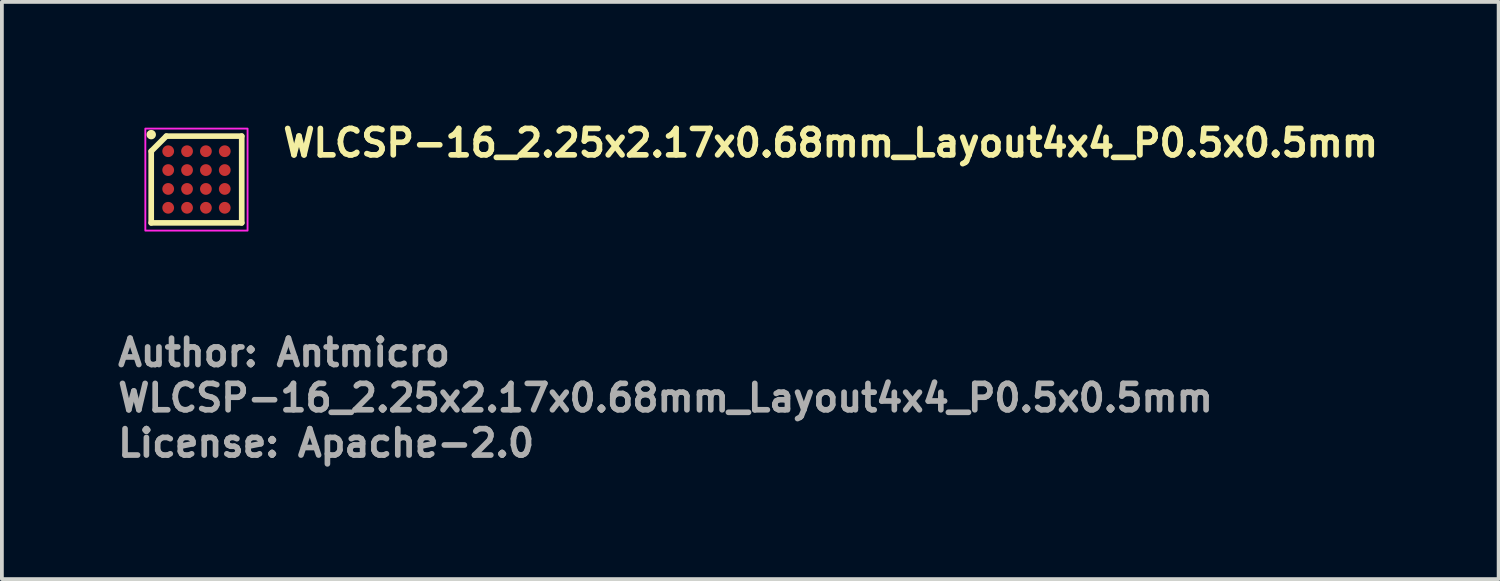
<source format=kicad_pcb>
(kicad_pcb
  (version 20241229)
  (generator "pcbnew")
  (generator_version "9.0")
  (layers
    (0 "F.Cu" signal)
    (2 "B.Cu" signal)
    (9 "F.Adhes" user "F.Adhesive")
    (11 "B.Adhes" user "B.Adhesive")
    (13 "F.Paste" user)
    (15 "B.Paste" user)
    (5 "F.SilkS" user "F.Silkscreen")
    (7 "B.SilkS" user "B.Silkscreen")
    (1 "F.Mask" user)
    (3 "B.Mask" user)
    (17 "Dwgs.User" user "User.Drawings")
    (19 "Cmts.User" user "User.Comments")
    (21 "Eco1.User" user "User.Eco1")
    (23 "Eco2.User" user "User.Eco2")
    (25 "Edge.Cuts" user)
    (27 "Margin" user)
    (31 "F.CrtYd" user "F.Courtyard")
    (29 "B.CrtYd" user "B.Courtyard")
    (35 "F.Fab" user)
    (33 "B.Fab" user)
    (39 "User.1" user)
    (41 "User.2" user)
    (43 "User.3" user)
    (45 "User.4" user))
  (footprint "WLCSP-16_2.25x2.17x0.68mm_Layout4x4_P0.5x0.5mm"
    (layer "F.Cu")
    (at 2.16 1.71)
    (property "Reference" "WLCSP-16_2.25x2.17x0.68mm_Layout4x4_P0.5x0.5mm" (at 2.22 -0.56 0) (layer "F.SilkS") (effects (font (size 0.7 0.7) (thickness 0.15)) (justify left bottom)))
    (attr smd)
    (fp_line (start -1.2 -0.75) (end -0.8 -1.15) (stroke (width 0.15) (type solid)) (layer "F.SilkS"))
    (fp_line (start -1.2 1.15) (end -1.2 -0.75) (stroke (width 0.15) (type solid)) (layer "F.SilkS"))
    (fp_line (start -0.8 -1.15) (end 1.2 -1.15) (stroke (width 0.15) (type solid)) (layer "F.SilkS"))
    (fp_line (start 1.2 -1.15) (end 1.2 1.15) (stroke (width 0.15) (type solid)) (layer "F.SilkS"))
    (fp_line (start 1.2 1.15) (end -1.2 1.15) (stroke (width 0.15) (type solid)) (layer "F.SilkS"))
    (fp_circle (center -1.2 -1.19) (end -1.15 -1.19) (stroke (width 0.15) (type solid)) (fill yes) (layer "F.SilkS"))
    (fp_rect (start -1.356 -1.35) (end 1.355 1.355) (stroke (width 0.05) (type solid)) (fill no) (layer "F.CrtYd"))
    (fp_rect (start -1.125 -1.085) (end 1.125 1.085) (stroke (width 0.1) (type solid)) (fill no) (layer "User.5"))
    (fp_line (start -1.125 -1.085) (end 1.125 -1.085) (stroke (width 0.02) (type solid)) (layer "User.9"))
    (fp_line (start -1.125 1.085) (end -1.125 -1.085) (stroke (width 0.02) (type solid)) (layer "User.9"))
    (fp_line (start -1.125 1.085) (end 1.125 1.085) (stroke (width 0.02) (type solid)) (layer "User.9"))
    (fp_line (start -0.989 -0.828) (end -0.989 -0.821) (stroke (width 0.02) (type solid)) (layer "User.9"))
    (fp_line (start -0.989 -0.821) (end -0.989 -0.814) (stroke (width 0.02) (type solid)) (layer "User.9"))
    (fp_line (start -0.989 -0.814) (end -0.989 -0.807) (stroke (width 0.02) (type solid)) (layer "User.9"))
    (fp_line (start -0.989 -0.807) (end -0.989 -0.8) (stroke (width 0.02) (type solid)) (layer "User.9"))
    (fp_line (start -0.989 -0.8) (end -0.988 -0.793) (stroke (width 0.02) (type solid)) (layer "User.9"))
    (fp_line (start -0.988 -0.834) (end -0.989 -0.828) (stroke (width 0.02) (type solid)) (layer "User.9"))
    (fp_line (start -0.988 -0.793) (end -0.987 -0.786) (stroke (width 0.02) (type solid)) (layer "User.9"))
    (fp_line (start -0.987 -0.841) (end -0.988 -0.834) (stroke (width 0.02) (type solid)) (layer "User.9"))
    (fp_line (start -0.987 -0.786) (end -0.985 -0.78) (stroke (width 0.02) (type solid)) (layer "User.9"))
    (fp_line (start -0.985 -0.848) (end -0.987 -0.841) (stroke (width 0.02) (type solid)) (layer "User.9"))
    (fp_line (start -0.985 -0.78) (end -0.983 -0.773) (stroke (width 0.02) (type solid)) (layer "User.9"))
    (fp_line (start -0.983 -0.854) (end -0.985 -0.848) (stroke (width 0.02) (type solid)) (layer "User.9"))
    (fp_line (start -0.983 -0.773) (end -0.981 -0.767) (stroke (width 0.02) (type solid)) (layer "User.9"))
    (fp_line (start -0.981 -0.86) (end -0.983 -0.854) (stroke (width 0.02) (type solid)) (layer "User.9"))
    (fp_line (start -0.981 -0.767) (end -0.979 -0.761) (stroke (width 0.02) (type solid)) (layer "User.9"))
    (fp_line (start -0.979 -0.867) (end -0.981 -0.86) (stroke (width 0.02) (type solid)) (layer "User.9"))
    (fp_line (start -0.979 -0.761) (end -0.976 -0.755) (stroke (width 0.02) (type solid)) (layer "User.9"))
    (fp_line (start -0.976 -0.873) (end -0.979 -0.867) (stroke (width 0.02) (type solid)) (layer "User.9"))
    (fp_line (start -0.976 -0.755) (end -0.973 -0.749) (stroke (width 0.02) (type solid)) (layer "User.9"))
    (fp_line (start -0.973 -0.878) (end -0.976 -0.873) (stroke (width 0.02) (type solid)) (layer "User.9"))
    (fp_line (start -0.973 -0.749) (end -0.97 -0.743) (stroke (width 0.02) (type solid)) (layer "User.9"))
    (fp_line (start -0.97 -0.884) (end -0.973 -0.878) (stroke (width 0.02) (type solid)) (layer "User.9"))
    (fp_line (start -0.97 -0.743) (end -0.966 -0.738) (stroke (width 0.02) (type solid)) (layer "User.9"))
    (fp_line (start -0.966 -0.89) (end -0.97 -0.884) (stroke (width 0.02) (type solid)) (layer "User.9"))
    (fp_line (start -0.966 -0.738) (end -0.962 -0.733) (stroke (width 0.02) (type solid)) (layer "User.9"))
    (fp_line (start -0.962 -0.895) (end -0.966 -0.89) (stroke (width 0.02) (type solid)) (layer "User.9"))
    (fp_line (start -0.962 -0.733) (end -0.958 -0.727) (stroke (width 0.02) (type solid)) (layer "User.9"))
    (fp_line (start -0.958 -0.9) (end -0.962 -0.895) (stroke (width 0.02) (type solid)) (layer "User.9"))
    (fp_line (start -0.958 -0.727) (end -0.954 -0.723) (stroke (width 0.02) (type solid)) (layer "User.9"))
    (fp_line (start -0.954 -0.905) (end -0.958 -0.9) (stroke (width 0.02) (type solid)) (layer "User.9"))
    (fp_line (start -0.954 -0.723) (end -0.95 -0.718) (stroke (width 0.02) (type solid)) (layer "User.9"))
    (fp_line (start -0.95 -0.91) (end -0.954 -0.905) (stroke (width 0.02) (type solid)) (layer "User.9"))
    (fp_line (start -0.95 -0.718) (end -0.945 -0.713) (stroke (width 0.02) (type solid)) (layer "User.9"))
    (fp_line (start -0.945 -0.914) (end -0.95 -0.91) (stroke (width 0.02) (type solid)) (layer "User.9"))
    (fp_line (start -0.945 -0.713) (end -0.94 -0.709) (stroke (width 0.02) (type solid)) (layer "User.9"))
    (fp_line (start -0.94 -0.918) (end -0.945 -0.914) (stroke (width 0.02) (type solid)) (layer "User.9"))
    (fp_line (start -0.94 -0.709) (end -0.935 -0.705) (stroke (width 0.02) (type solid)) (layer "User.9"))
    (fp_line (start -0.935 -0.922) (end -0.94 -0.918) (stroke (width 0.02) (type solid)) (layer "User.9"))
    (fp_line (start -0.935 -0.705) (end -0.93 -0.701) (stroke (width 0.02) (type solid)) (layer "User.9"))
    (fp_line (start -0.93 -0.926) (end -0.935 -0.922) (stroke (width 0.02) (type solid)) (layer "User.9"))
    (fp_line (start -0.93 -0.701) (end -0.924 -0.698) (stroke (width 0.02) (type solid)) (layer "User.9"))
    (fp_line (start -0.924 -0.93) (end -0.93 -0.926) (stroke (width 0.02) (type solid)) (layer "User.9"))
    (fp_line (start -0.924 -0.698) (end -0.918 -0.694) (stroke (width 0.02) (type solid)) (layer "User.9"))
    (fp_line (start -0.918 -0.933) (end -0.924 -0.93) (stroke (width 0.02) (type solid)) (layer "User.9"))
    (fp_line (start -0.918 -0.694) (end -0.913 -0.691) (stroke (width 0.02) (type solid)) (layer "User.9"))
    (fp_line (start -0.913 -0.936) (end -0.918 -0.933) (stroke (width 0.02) (type solid)) (layer "User.9"))
    (fp_line (start -0.913 -0.691) (end -0.907 -0.689) (stroke (width 0.02) (type solid)) (layer "User.9"))
    (fp_line (start -0.907 -0.939) (end -0.913 -0.936) (stroke (width 0.02) (type solid)) (layer "User.9"))
    (fp_line (start -0.907 -0.689) (end -0.9 -0.686) (stroke (width 0.02) (type solid)) (layer "User.9"))
    (fp_line (start -0.9 -0.941) (end -0.907 -0.939) (stroke (width 0.02) (type solid)) (layer "User.9"))
    (fp_line (start -0.9 -0.686) (end -0.894 -0.684) (stroke (width 0.02) (type solid)) (layer "User.9"))
    (fp_line (start -0.894 -0.943) (end -0.9 -0.941) (stroke (width 0.02) (type solid)) (layer "User.9"))
    (fp_line (start -0.894 -0.684) (end -0.888 -0.682) (stroke (width 0.02) (type solid)) (layer "User.9"))
    (fp_line (start -0.888 -0.945) (end -0.894 -0.943) (stroke (width 0.02) (type solid)) (layer "User.9"))
    (fp_line (start -0.888 -0.682) (end -0.881 -0.681) (stroke (width 0.02) (type solid)) (layer "User.9"))
    (fp_line (start -0.881 -0.947) (end -0.888 -0.945) (stroke (width 0.02) (type solid)) (layer "User.9"))
    (fp_line (start -0.881 -0.681) (end -0.874 -0.68) (stroke (width 0.02) (type solid)) (layer "User.9"))
    (fp_line (start -0.874 -0.948) (end -0.881 -0.947) (stroke (width 0.02) (type solid)) (layer "User.9"))
    (fp_line (start -0.874 -0.68) (end -0.868 -0.679) (stroke (width 0.02) (type solid)) (layer "User.9"))
    (fp_line (start -0.868 -0.949) (end -0.874 -0.948) (stroke (width 0.02) (type solid)) (layer "User.9"))
    (fp_line (start -0.868 -0.679) (end -0.861 -0.678) (stroke (width 0.02) (type solid)) (layer "User.9"))
    (fp_line (start -0.861 -0.949) (end -0.868 -0.949) (stroke (width 0.02) (type solid)) (layer "User.9"))
    (fp_line (start -0.861 -0.678) (end -0.854 -0.678) (stroke (width 0.02) (type solid)) (layer "User.9"))
    (fp_line (start -0.854 -0.949) (end -0.861 -0.949) (stroke (width 0.02) (type solid)) (layer "User.9"))
    (fp_line (start -0.854 -0.678) (end -0.847 -0.678) (stroke (width 0.02) (type solid)) (layer "User.9"))
    (fp_line (start -0.847 -0.949) (end -0.854 -0.949) (stroke (width 0.02) (type solid)) (layer "User.9"))
    (fp_line (start -0.847 -0.678) (end -0.84 -0.679) (stroke (width 0.02) (type solid)) (layer "User.9"))
    (fp_line (start -0.84 -0.949) (end -0.847 -0.949) (stroke (width 0.02) (type solid)) (layer "User.9"))
    (fp_line (start -0.84 -0.679) (end -0.833 -0.68) (stroke (width 0.02) (type solid)) (layer "User.9"))
    (fp_line (start -0.833 -0.948) (end -0.84 -0.949) (stroke (width 0.02) (type solid)) (layer "User.9"))
    (fp_line (start -0.833 -0.68) (end -0.826 -0.681) (stroke (width 0.02) (type solid)) (layer "User.9"))
    (fp_line (start -0.826 -0.947) (end -0.833 -0.948) (stroke (width 0.02) (type solid)) (layer "User.9"))
    (fp_line (start -0.826 -0.681) (end -0.82 -0.682) (stroke (width 0.02) (type solid)) (layer "User.9"))
    (fp_line (start -0.82 -0.945) (end -0.826 -0.947) (stroke (width 0.02) (type solid)) (layer "User.9"))
    (fp_line (start -0.82 -0.682) (end -0.813 -0.684) (stroke (width 0.02) (type solid)) (layer "User.9"))
    (fp_line (start -0.813 -0.943) (end -0.82 -0.945) (stroke (width 0.02) (type solid)) (layer "User.9"))
    (fp_line (start -0.813 -0.684) (end -0.807 -0.686) (stroke (width 0.02) (type solid)) (layer "User.9"))
    (fp_line (start -0.807 -0.941) (end -0.813 -0.943) (stroke (width 0.02) (type solid)) (layer "User.9"))
    (fp_line (start -0.807 -0.686) (end -0.801 -0.689) (stroke (width 0.02) (type solid)) (layer "User.9"))
    (fp_line (start -0.801 -0.939) (end -0.807 -0.941) (stroke (width 0.02) (type solid)) (layer "User.9"))
    (fp_line (start -0.801 -0.689) (end -0.795 -0.691) (stroke (width 0.02) (type solid)) (layer "User.9"))
    (fp_line (start -0.795 -0.936) (end -0.801 -0.939) (stroke (width 0.02) (type solid)) (layer "User.9"))
    (fp_line (start -0.795 -0.691) (end -0.789 -0.694) (stroke (width 0.02) (type solid)) (layer "User.9"))
    (fp_line (start -0.789 -0.933) (end -0.795 -0.936) (stroke (width 0.02) (type solid)) (layer "User.9"))
    (fp_line (start -0.789 -0.694) (end -0.783 -0.698) (stroke (width 0.02) (type solid)) (layer "User.9"))
    (fp_line (start -0.783 -0.93) (end -0.789 -0.933) (stroke (width 0.02) (type solid)) (layer "User.9"))
    (fp_line (start -0.783 -0.698) (end -0.778 -0.701) (stroke (width 0.02) (type solid)) (layer "User.9"))
    (fp_line (start -0.778 -0.926) (end -0.783 -0.93) (stroke (width 0.02) (type solid)) (layer "User.9"))
    (fp_line (start -0.778 -0.701) (end -0.773 -0.705) (stroke (width 0.02) (type solid)) (layer "User.9"))
    (fp_line (start -0.773 -0.922) (end -0.778 -0.926) (stroke (width 0.02) (type solid)) (layer "User.9"))
    (fp_line (start -0.773 -0.705) (end -0.767 -0.709) (stroke (width 0.02) (type solid)) (layer "User.9"))
    (fp_line (start -0.767 -0.918) (end -0.773 -0.922) (stroke (width 0.02) (type solid)) (layer "User.9"))
    (fp_line (start -0.767 -0.709) (end -0.763 -0.713) (stroke (width 0.02) (type solid)) (layer "User.9"))
    (fp_line (start -0.763 -0.914) (end -0.767 -0.918) (stroke (width 0.02) (type solid)) (layer "User.9"))
    (fp_line (start -0.763 -0.713) (end -0.758 -0.718) (stroke (width 0.02) (type solid)) (layer "User.9"))
    (fp_line (start -0.758 -0.91) (end -0.763 -0.914) (stroke (width 0.02) (type solid)) (layer "User.9"))
    (fp_line (start -0.758 -0.718) (end -0.753 -0.723) (stroke (width 0.02) (type solid)) (layer "User.9"))
    (fp_line (start -0.753 -0.905) (end -0.758 -0.91) (stroke (width 0.02) (type solid)) (layer "User.9"))
    (fp_line (start -0.753 -0.723) (end -0.749 -0.727) (stroke (width 0.02) (type solid)) (layer "User.9"))
    (fp_line (start -0.749 -0.9) (end -0.753 -0.905) (stroke (width 0.02) (type solid)) (layer "User.9"))
    (fp_line (start -0.749 -0.727) (end -0.745 -0.733) (stroke (width 0.02) (type solid)) (layer "User.9"))
    (fp_line (start -0.745 -0.895) (end -0.749 -0.9) (stroke (width 0.02) (type solid)) (layer "User.9"))
    (fp_line (start -0.745 -0.733) (end -0.741 -0.738) (stroke (width 0.02) (type solid)) (layer "User.9"))
    (fp_line (start -0.741 -0.89) (end -0.745 -0.895) (stroke (width 0.02) (type solid)) (layer "User.9"))
    (fp_line (start -0.741 -0.738) (end -0.738 -0.743) (stroke (width 0.02) (type solid)) (layer "User.9"))
    (fp_line (start -0.738 -0.884) (end -0.741 -0.89) (stroke (width 0.02) (type solid)) (layer "User.9"))
    (fp_line (start -0.738 -0.743) (end -0.734 -0.749) (stroke (width 0.02) (type solid)) (layer "User.9"))
    (fp_line (start -0.734 -0.878) (end -0.738 -0.884) (stroke (width 0.02) (type solid)) (layer "User.9"))
    (fp_line (start -0.734 -0.749) (end -0.731 -0.755) (stroke (width 0.02) (type solid)) (layer "User.9"))
    (fp_line (start -0.731 -0.873) (end -0.734 -0.878) (stroke (width 0.02) (type solid)) (layer "User.9"))
    (fp_line (start -0.731 -0.755) (end -0.729 -0.761) (stroke (width 0.02) (type solid)) (layer "User.9"))
    (fp_line (start -0.729 -0.867) (end -0.731 -0.873) (stroke (width 0.02) (type solid)) (layer "User.9"))
    (fp_line (start -0.729 -0.761) (end -0.726 -0.767) (stroke (width 0.02) (type solid)) (layer "User.9"))
    (fp_line (start -0.726 -0.86) (end -0.729 -0.867) (stroke (width 0.02) (type solid)) (layer "User.9"))
    (fp_line (start -0.726 -0.767) (end -0.724 -0.773) (stroke (width 0.02) (type solid)) (layer "User.9"))
    (fp_line (start -0.724 -0.854) (end -0.726 -0.86) (stroke (width 0.02) (type solid)) (layer "User.9"))
    (fp_line (start -0.724 -0.773) (end -0.722 -0.78) (stroke (width 0.02) (type solid)) (layer "User.9"))
    (fp_line (start -0.722 -0.848) (end -0.724 -0.854) (stroke (width 0.02) (type solid)) (layer "User.9"))
    (fp_line (start -0.722 -0.78) (end -0.721 -0.786) (stroke (width 0.02) (type solid)) (layer "User.9"))
    (fp_line (start -0.721 -0.841) (end -0.722 -0.848) (stroke (width 0.02) (type solid)) (layer "User.9"))
    (fp_line (start -0.721 -0.786) (end -0.72 -0.793) (stroke (width 0.02) (type solid)) (layer "User.9"))
    (fp_line (start -0.72 -0.834) (end -0.721 -0.841) (stroke (width 0.02) (type solid)) (layer "User.9"))
    (fp_line (start -0.72 -0.793) (end -0.719 -0.8) (stroke (width 0.02) (type solid)) (layer "User.9"))
    (fp_line (start -0.719 -0.828) (end -0.72 -0.834) (stroke (width 0.02) (type solid)) (layer "User.9"))
    (fp_line (start -0.719 -0.8) (end -0.718 -0.807) (stroke (width 0.02) (type solid)) (layer "User.9"))
    (fp_line (start -0.718 -0.821) (end -0.719 -0.828) (stroke (width 0.02) (type solid)) (layer "User.9"))
    (fp_line (start -0.718 -0.814) (end -0.718 -0.821) (stroke (width 0.02) (type solid)) (layer "User.9"))
    (fp_line (start -0.718 -0.807) (end -0.718 -0.814) (stroke (width 0.02) (type solid)) (layer "User.9"))
    (fp_line (start 1.125 1.085) (end 1.125 -1.085) (stroke (width 0.02) (type solid)) (layer "User.9"))
    (fp_text user "License: Apache-2.0" (at -2.16 7.4 0) (layer "F.Fab") (effects (font (size 0.7 0.7) (thickness 0.15)) (justify left bottom)))
    (fp_text user "${REFERENCE}" (at -2.16 6.2 0) (layer "F.Fab") (effects (font (size 0.7 0.7) (thickness 0.15)) (justify left bottom)))
    (fp_text user "Author: Antmicro" (at -2.16 5 0) (layer "F.Fab") (effects (font (size 0.7 0.7) (thickness 0.15)) (justify left bottom)))
    (pad "A1" smd circle (at -0.75 -0.75 90) (size 0.312 0.312) (layers "F.Cu" "F.Mask" "F.Paste"))
    (pad "A2" smd circle (at -0.25 -0.75 90) (size 0.312 0.312) (layers "F.Cu" "F.Mask" "F.Paste"))
    (pad "A3" smd circle (at 0.25 -0.75 90) (size 0.312 0.312) (layers "F.Cu" "F.Mask" "F.Paste"))
    (pad "A4" smd circle (at 0.75 -0.75 90) (size 0.312 0.312) (layers "F.Cu" "F.Mask" "F.Paste"))
    (pad "B1" smd circle (at -0.75 -0.25 90) (size 0.312 0.312) (layers "F.Cu" "F.Mask" "F.Paste"))
    (pad "B2" smd circle (at -0.25 -0.25 90) (size 0.312 0.312) (layers "F.Cu" "F.Mask" "F.Paste"))
    (pad "B3" smd circle (at 0.25 -0.25 90) (size 0.312 0.312) (layers "F.Cu" "F.Mask" "F.Paste"))
    (pad "B4" smd circle (at 0.75 -0.25 90) (size 0.312 0.312) (layers "F.Cu" "F.Mask" "F.Paste"))
    (pad "C1" smd circle (at -0.75 0.25 90) (size 0.312 0.312) (layers "F.Cu" "F.Mask" "F.Paste"))
    (pad "C2" smd circle (at -0.25 0.25 90) (size 0.312 0.312) (layers "F.Cu" "F.Mask" "F.Paste"))
    (pad "C3" smd circle (at 0.25 0.25 90) (size 0.312 0.312) (layers "F.Cu" "F.Mask" "F.Paste"))
    (pad "C4" smd circle (at 0.75 0.25 90) (size 0.312 0.312) (layers "F.Cu" "F.Mask" "F.Paste"))
    (pad "D1" smd circle (at -0.75 0.75 90) (size 0.312 0.312) (layers "F.Cu" "F.Mask" "F.Paste"))
    (pad "D2" smd circle (at -0.25 0.75 90) (size 0.312 0.312) (layers "F.Cu" "F.Mask" "F.Paste"))
    (pad "D3" smd circle (at 0.25 0.75 90) (size 0.312 0.312) (layers "F.Cu" "F.Mask" "F.Paste"))
    (pad "D4" smd circle (at 0.75 0.75 90) (size 0.312 0.312) (layers "F.Cu" "F.Mask" "F.Paste")))
  (gr_rect
    (start -3 -3)
    (end 36.69 12.306)
    (stroke (width 0.1) (type default))
    (fill no)
    (layer "Edge.Cuts")))
</source>
